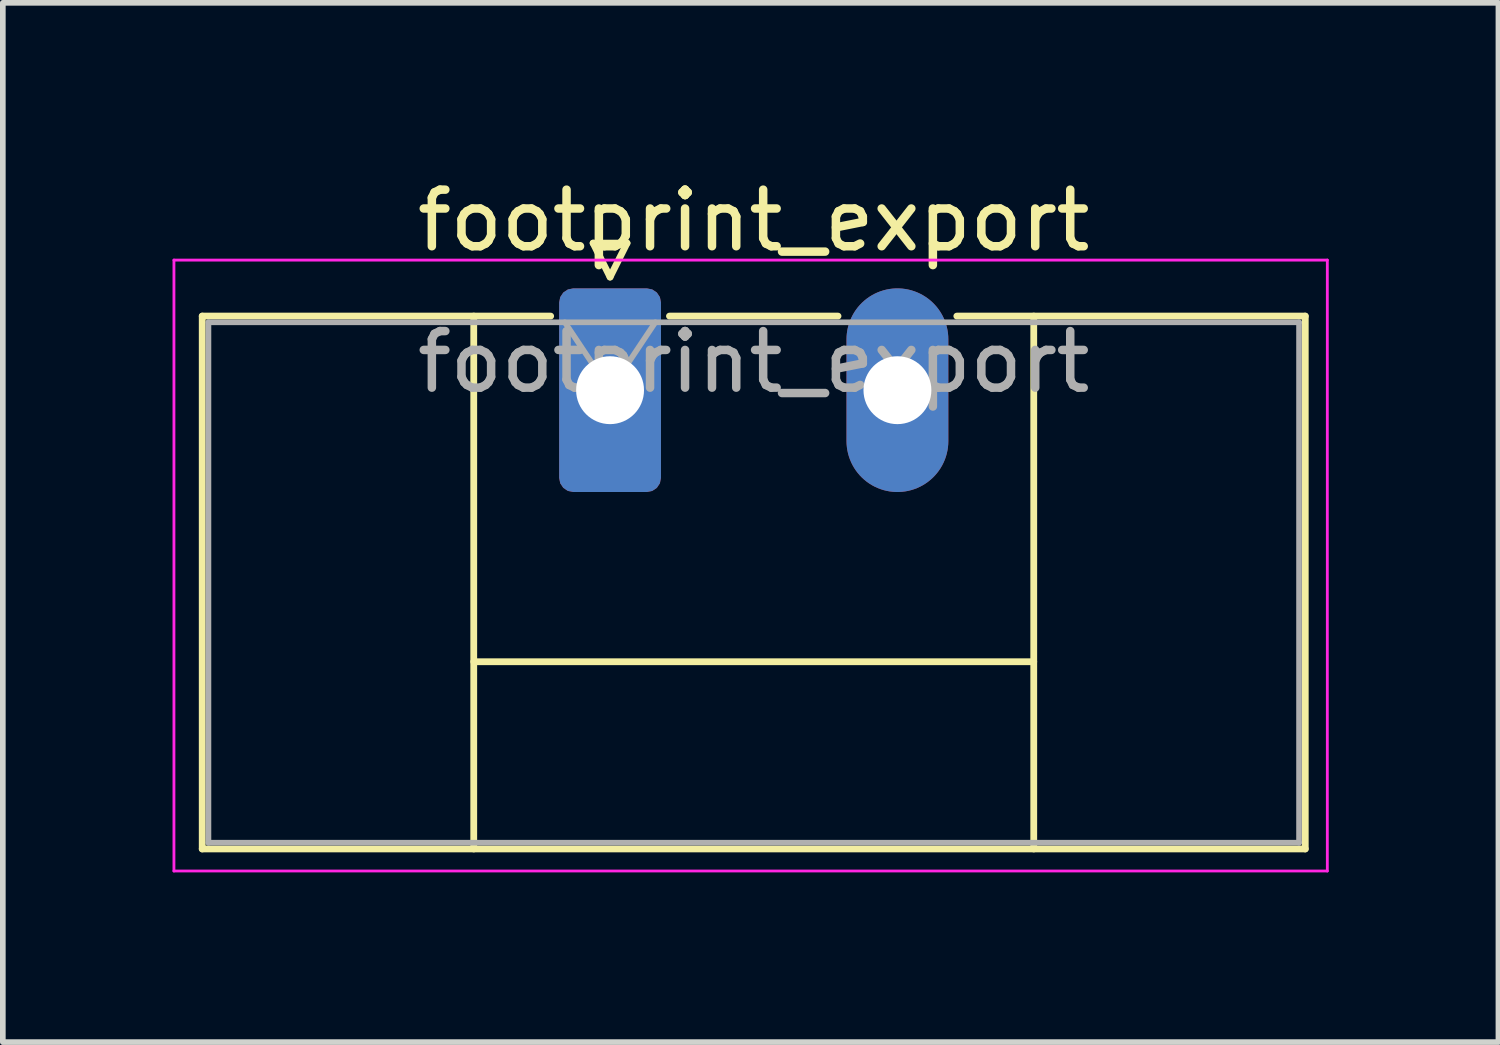
<source format=kicad_pcb>
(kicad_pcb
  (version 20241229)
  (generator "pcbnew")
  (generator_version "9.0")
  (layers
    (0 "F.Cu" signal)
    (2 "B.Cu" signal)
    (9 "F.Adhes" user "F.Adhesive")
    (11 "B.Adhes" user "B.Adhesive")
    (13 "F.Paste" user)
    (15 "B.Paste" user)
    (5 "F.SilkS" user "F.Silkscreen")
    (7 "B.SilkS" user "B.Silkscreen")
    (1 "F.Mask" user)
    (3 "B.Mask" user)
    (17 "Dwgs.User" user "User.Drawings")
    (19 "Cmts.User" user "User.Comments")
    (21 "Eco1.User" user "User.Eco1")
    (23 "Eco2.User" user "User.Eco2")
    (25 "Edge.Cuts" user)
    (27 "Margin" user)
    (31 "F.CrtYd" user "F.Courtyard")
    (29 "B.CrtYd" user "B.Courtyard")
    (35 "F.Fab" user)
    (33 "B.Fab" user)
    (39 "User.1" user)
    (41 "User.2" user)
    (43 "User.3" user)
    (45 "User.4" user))
  (footprint "footprint_export"
    (layer "F.Cu")
    (at 7.735 3.848)
    (property "Reference" "footprint_export" (at 2.54 -3 0) (layer "F.SilkS") (effects (font (size 1 1) (thickness 0.15))))
    (attr through_hole)
    (fp_line (start -7.21 -1.31) (end -7.21 8.11) (stroke (width 0.12) (type solid)) (layer "F.SilkS"))
    (fp_line (start -7.21 -1.31) (end -1.05 -1.31) (stroke (width 0.12) (type solid)) (layer "F.SilkS"))
    (fp_line (start -7.21 8.11) (end 12.29 8.11) (stroke (width 0.12) (type solid)) (layer "F.SilkS"))
    (fp_line (start -2.41 -1.31) (end -2.41 8.11) (stroke (width 0.12) (type solid)) (layer "F.SilkS"))
    (fp_line (start -2.41 4.8) (end 7.49 4.8) (stroke (width 0.12) (type solid)) (layer "F.SilkS"))
    (fp_line (start -0.3 -2.6) (end 0.3 -2.6) (stroke (width 0.12) (type solid)) (layer "F.SilkS"))
    (fp_line (start 0 -2) (end -0.3 -2.6) (stroke (width 0.12) (type solid)) (layer "F.SilkS"))
    (fp_line (start 0.3 -2.6) (end 0 -2) (stroke (width 0.12) (type solid)) (layer "F.SilkS"))
    (fp_line (start 1.05 -1.31) (end 4.03 -1.31) (stroke (width 0.12) (type solid)) (layer "F.SilkS"))
    (fp_line (start 7.49 -1.31) (end 7.49 8.11) (stroke (width 0.12) (type solid)) (layer "F.SilkS"))
    (fp_line (start 12.29 -1.31) (end 6.13 -1.31) (stroke (width 0.12) (type solid)) (layer "F.SilkS"))
    (fp_line (start 12.29 8.11) (end 12.29 -1.31) (stroke (width 0.12) (type solid)) (layer "F.SilkS"))
    (fp_line (start -7.71 -2.3) (end -7.71 8.5) (stroke (width 0.05) (type solid)) (layer "F.CrtYd"))
    (fp_line (start -7.71 8.5) (end 12.68 8.5) (stroke (width 0.05) (type solid)) (layer "F.CrtYd"))
    (fp_line (start 12.68 -2.3) (end -7.71 -2.3) (stroke (width 0.05) (type solid)) (layer "F.CrtYd"))
    (fp_line (start 12.68 8.5) (end 12.68 -2.3) (stroke (width 0.05) (type solid)) (layer "F.CrtYd"))
    (fp_line (start -7.1 -1.2) (end -7.1 8) (stroke (width 0.1) (type solid)) (layer "F.Fab"))
    (fp_line (start -7.1 8) (end 12.18 8) (stroke (width 0.1) (type solid)) (layer "F.Fab"))
    (fp_line (start 0 0) (end -0.8 -1.2) (stroke (width 0.1) (type solid)) (layer "F.Fab"))
    (fp_line (start 0.8 -1.2) (end 0 0) (stroke (width 0.1) (type solid)) (layer "F.Fab"))
    (fp_line (start 12.18 -1.2) (end -7.1 -1.2) (stroke (width 0.1) (type solid)) (layer "F.Fab"))
    (fp_line (start 12.18 8) (end 12.18 -1.2) (stroke (width 0.1) (type solid)) (layer "F.Fab"))
    (fp_text user "${REFERENCE}" (at 2.54 -0.5 0) (layer "F.Fab") (effects (font (size 1 1) (thickness 0.15))))
    (pad "1" thru_hole roundrect (at 0 0) (size 1.8 3.6) (drill 1.2) (layers "*.Cu" "*.Mask") (roundrect_rratio 0.139))
    (pad "2" thru_hole oval (at 5.08 0) (size 1.8 3.6) (drill 1.2) (layers "*.Cu" "*.Mask")))
  (gr_rect
    (start -3 -3)
    (end 23.44 15.373)
    (stroke (width 0.1) (type default))
    (fill no)
    (layer "Edge.Cuts")))
</source>
